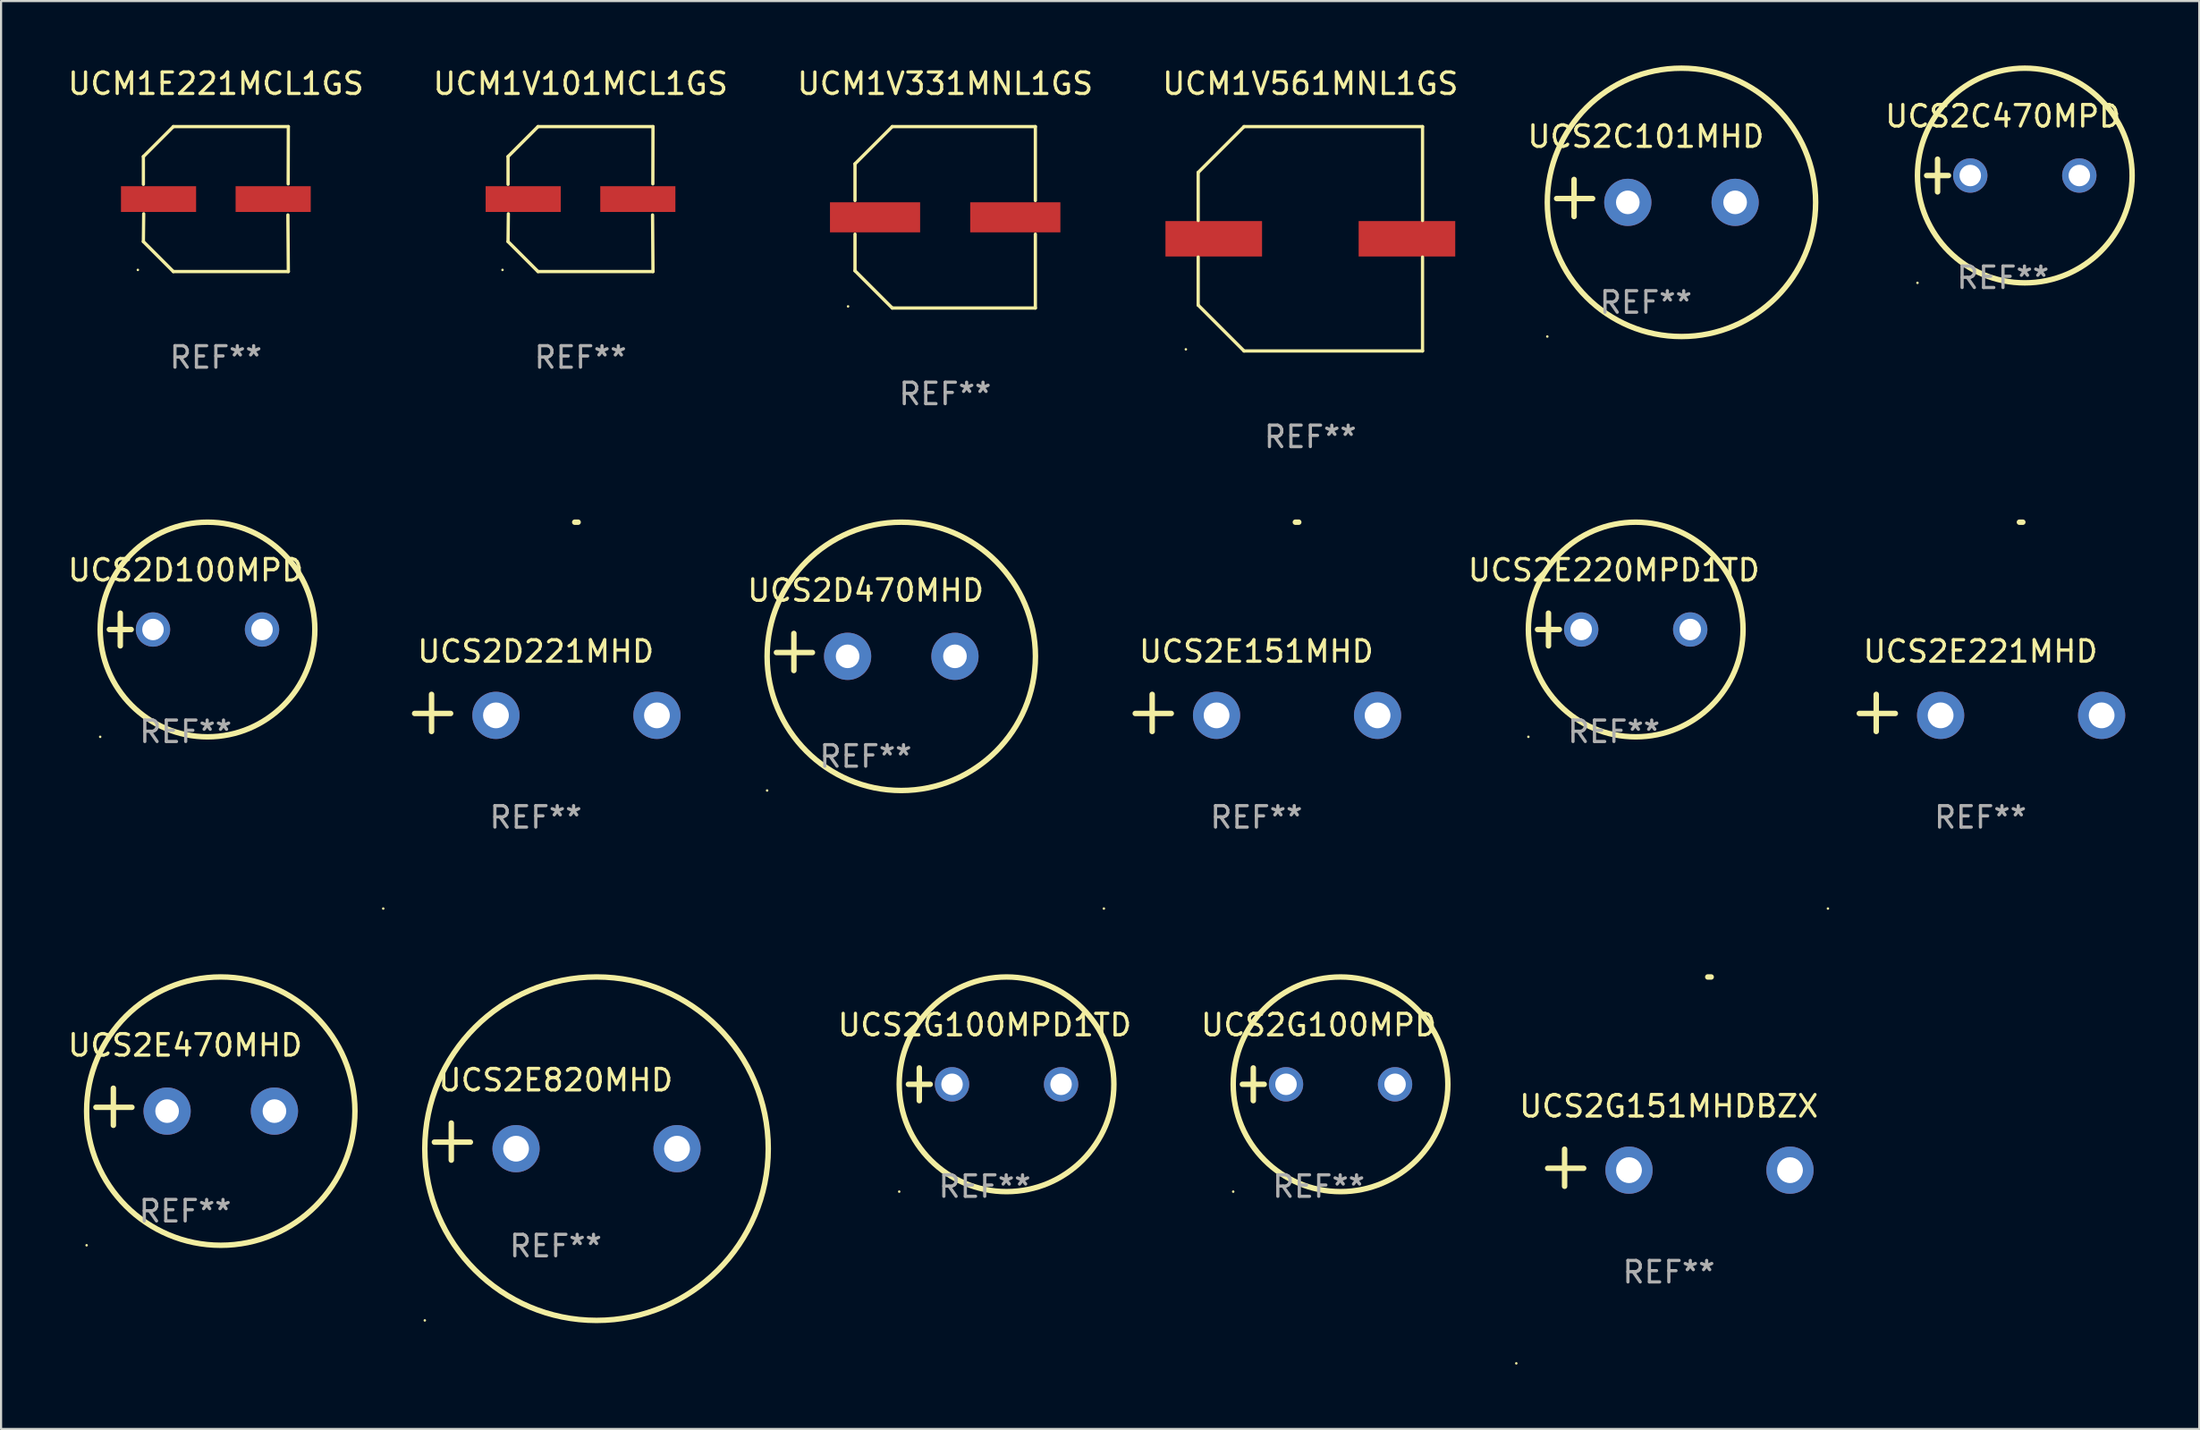
<source format=kicad_pcb>
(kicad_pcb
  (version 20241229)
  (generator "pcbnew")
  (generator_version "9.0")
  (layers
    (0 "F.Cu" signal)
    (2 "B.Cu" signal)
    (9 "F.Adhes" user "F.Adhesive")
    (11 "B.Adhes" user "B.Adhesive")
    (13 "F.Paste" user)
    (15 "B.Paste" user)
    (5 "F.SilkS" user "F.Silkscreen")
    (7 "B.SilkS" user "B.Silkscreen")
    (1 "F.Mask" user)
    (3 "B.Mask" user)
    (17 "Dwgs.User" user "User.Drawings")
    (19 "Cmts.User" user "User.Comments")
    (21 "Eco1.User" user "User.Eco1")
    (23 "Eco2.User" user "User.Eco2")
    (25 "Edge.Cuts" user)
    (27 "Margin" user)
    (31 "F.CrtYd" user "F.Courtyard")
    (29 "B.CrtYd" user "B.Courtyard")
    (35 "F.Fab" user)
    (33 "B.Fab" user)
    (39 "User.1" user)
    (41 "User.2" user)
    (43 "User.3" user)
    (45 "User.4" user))
  (footprint "UCM1V101MCL1GS"
    (layer "F.Cu")
    (at 23.994 6.224)
    (property "Reference" "UCM1V101MCL1GS" (at 0 -5.376 0) (layer "F.SilkS") (effects (font (size 1 1) (thickness 0.15))))
    (attr through_hole)
    (fp_line (start -3.376 -1.98) (end -3.376 -0.686) (stroke (width 0.152) (type solid)) (layer "F.SilkS"))
    (fp_line (start -3.376 1.981) (end -3.362 0.686) (stroke (width 0.152) (type solid)) (layer "F.SilkS"))
    (fp_line (start -1.981 3.376) (end -3.376 1.981) (stroke (width 0.152) (type solid)) (layer "F.SilkS"))
    (fp_line (start -1.98 -3.376) (end -3.376 -1.98) (stroke (width 0.152) (type solid)) (layer "F.SilkS"))
    (fp_line (start 3.356 0.74) (end 3.376 3.376) (stroke (width 0.152) (type solid)) (layer "F.SilkS"))
    (fp_line (start 3.369 -0.707) (end 3.376 -3.376) (stroke (width 0.152) (type solid)) (layer "F.SilkS"))
    (fp_line (start 3.376 3.376) (end -1.981 3.376) (stroke (width 0.152) (type solid)) (layer "F.SilkS"))
    (fp_line (start 3.376 -3.376) (end -1.98 -3.376) (stroke (width 0.152) (type solid)) (layer "F.SilkS"))
    (fp_circle (center -3.634 3.3) (end -3.604 3.3) (stroke (width 0.06) (type solid)) (fill no) (layer "F.SilkS"))
    (fp_text user "REF**" (at 0 7.376 0) (layer "F.Fab") (effects (font (size 1 1) (thickness 0.15))))
    (pad "1" smd rect (at -2.67 0.000254) (size 3.5 1.2) (layers "F.Cu" "F.Mask" "F.Paste"))
    (pad "2" smd rect (at 2.67 0.000254) (size 3.5 1.2) (layers "F.Cu" "F.Mask" "F.Paste")))
  (footprint "UCS2D100MPD"
    (layer "F.Cu")
    (at 5.601 26.276)
    (property "Reference" "UCS2D100MPD" (at 0 -2.762 0) (layer "F.SilkS") (effects (font (size 1 1) (thickness 0.15))))
    (attr through_hole)
    (fp_line (start -3.556 0) (end -2.54 0) (stroke (width 0.254) (type solid)) (layer "F.SilkS"))
    (fp_line (start -3.048 -0.762) (end -3.048 0.762) (stroke (width 0.254) (type solid)) (layer "F.SilkS"))
    (fp_circle (center -3.984 5) (end -3.954 5) (stroke (width 0.06) (type solid)) (fill no) (layer "F.SilkS"))
    (fp_circle (center 1.016 0) (end 6.016 0) (stroke (width 0.254) (type solid)) (fill no) (layer "F.SilkS"))
    (fp_text user "REF**" (at 0 4.762 0) (layer "F.Fab") (effects (font (size 1 1) (thickness 0.15))))
    (pad "1" thru_hole circle (at -1.524 0) (size 1.6 1.6) (drill 1) (layers "*.Cu" "*.Mask"))
    (pad "2" thru_hole circle (at 3.556 0) (size 1.6 1.6) (drill 1) (layers "*.Cu" "*.Mask")))
  (footprint "UCS2E820MHD"
    (layer "F.Cu")
    (at 22.838 50.132)
    (property "Reference" "UCS2E820MHD" (at 0 -2.864 0) (layer "F.SilkS") (effects (font (size 1 1) (thickness 0.15))))
    (attr through_hole)
    (fp_line (start -4.864 0.864) (end -4.864 -0.864) (stroke (width 0.254) (type solid)) (layer "F.SilkS"))
    (fp_line (start -3.975 0.025) (end -5.652 0.025) (stroke (width 0.254) (type solid)) (layer "F.SilkS"))
    (fp_circle (center -6.098 8.33) (end -6.068 8.33) (stroke (width 0.06) (type solid)) (fill no) (layer "F.SilkS"))
    (fp_circle (center 1.902 0.33) (end 9.902 0.33) (stroke (width 0.254) (type solid)) (fill no) (layer "F.SilkS"))
    (fp_text user "REF**" (at 0 4.864 0) (layer "F.Fab") (effects (font (size 1 1) (thickness 0.15))))
    (pad "1" thru_hole circle (at -1.848 0.33) (size 2.2 2.2) (drill 1.2) (layers "*.Cu" "*.Mask"))
    (pad "2" thru_hole circle (at 5.652 0.33) (size 2.2 2.2) (drill 1.2) (layers "*.Cu" "*.Mask")))
  (footprint "UCS2D221MHD"
    (layer "F.Cu")
    (at 21.91 30.162)
    (property "Reference" "UCS2D221MHD" (at 0 -2.864 0) (layer "F.SilkS") (effects (font (size 1 1) (thickness 0.15))))
    (attr through_hole)
    (fp_line (start -4.856 0.864) (end -4.856 -0.864) (stroke (width 0.254) (type solid)) (layer "F.SilkS"))
    (fp_line (start -3.967 0.025) (end -5.644 0.025) (stroke (width 0.254) (type solid)) (layer "F.SilkS"))
    (fp_arc (start 1.815024 -8.885649) (mid 1.893764 -8.88599) (end 1.972504 -8.885649) (stroke (width 0.254001) (type solid)) (layer "F.SilkS"))
    (fp_circle (center -7.106 9.114) (end -7.076 9.114) (stroke (width 0.06) (type solid)) (fill no) (layer "F.SilkS"))
    (fp_text user "REF**" (at 0 4.864 0) (layer "F.Fab") (effects (font (size 1 1) (thickness 0.15))))
    (pad "1" thru_hole circle (at -1.856 0.114) (size 2.2 2.2) (drill 1.2) (layers "*.Cu" "*.Mask"))
    (pad "2" thru_hole circle (at 5.644 0.114) (size 2.2 2.2) (drill 1.2) (layers "*.Cu" "*.Mask")))
  (footprint "UCS2G100MPD"
    (layer "F.Cu")
    (at 58.384 47.463)
    (property "Reference" "UCS2G100MPD" (at 0 -2.762 0) (layer "F.SilkS") (effects (font (size 1 1) (thickness 0.15))))
    (attr through_hole)
    (fp_line (start -3.556 0) (end -2.54 0) (stroke (width 0.254) (type solid)) (layer "F.SilkS"))
    (fp_line (start -3.048 -0.762) (end -3.048 0.762) (stroke (width 0.254) (type solid)) (layer "F.SilkS"))
    (fp_circle (center -3.984 5) (end -3.954 5) (stroke (width 0.06) (type solid)) (fill no) (layer "F.SilkS"))
    (fp_circle (center 1.016 0) (end 6.016 0) (stroke (width 0.254) (type solid)) (fill no) (layer "F.SilkS"))
    (fp_text user "REF**" (at 0 4.762 0) (layer "F.Fab") (effects (font (size 1 1) (thickness 0.15))))
    (pad "1" thru_hole circle (at -1.524 0) (size 1.6 1.6) (drill 1) (layers "*.Cu" "*.Mask"))
    (pad "2" thru_hole circle (at 3.556 0) (size 1.6 1.6) (drill 1) (layers "*.Cu" "*.Mask")))
  (footprint "UCM1V331MNL1GS"
    (layer "F.Cu")
    (at 40.982 7.074)
    (property "Reference" "UCM1V331MNL1GS" (at 0 -6.226 0) (layer "F.SilkS") (effects (font (size 1 1) (thickness 0.15))))
    (attr through_hole)
    (fp_line (start -4.201 -2.49) (end -4.201 -0.782) (stroke (width 0.152) (type solid)) (layer "F.SilkS"))
    (fp_line (start -4.201 2.49) (end -4.201 0.782) (stroke (width 0.152) (type solid)) (layer "F.SilkS"))
    (fp_line (start -2.465 -4.226) (end -4.201 -2.49) (stroke (width 0.152) (type solid)) (layer "F.SilkS"))
    (fp_line (start -2.465 4.226) (end -4.201 2.49) (stroke (width 0.152) (type solid)) (layer "F.SilkS"))
    (fp_line (start 4.201 -4.226) (end -2.465 -4.226) (stroke (width 0.152) (type solid)) (layer "F.SilkS"))
    (fp_line (start 4.201 -0.782) (end 4.201 -4.226) (stroke (width 0.152) (type solid)) (layer "F.SilkS"))
    (fp_line (start 4.201 0.782) (end 4.201 4.226) (stroke (width 0.152) (type solid)) (layer "F.SilkS"))
    (fp_line (start 4.201 4.226) (end -2.465 4.226) (stroke (width 0.152) (type solid)) (layer "F.SilkS"))
    (fp_circle (center -4.524 4.15) (end -4.494 4.15) (stroke (width 0.06) (type solid)) (fill no) (layer "F.SilkS"))
    (fp_text user "REF**" (at 0 8.226 0) (layer "F.Fab") (effects (font (size 1 1) (thickness 0.15))))
    (pad "1" smd rect (at -3.267 0) (size 4.2 1.4) (layers "F.Cu" "F.Mask" "F.Paste"))
    (pad "2" smd rect (at 3.267 0) (size 4.2 1.4) (layers "F.Cu" "F.Mask" "F.Paste")))
  (footprint "UCM1V561MNL1GS"
    (layer "F.Cu")
    (at 57.994 8.074)
    (property "Reference" "UCM1V561MNL1GS" (at 0 -7.226 0) (layer "F.SilkS") (effects (font (size 1 1) (thickness 0.15))))
    (attr through_hole)
    (fp_line (start -5.226 -3.09) (end -5.226 -0.852) (stroke (width 0.152) (type solid)) (layer "F.SilkS"))
    (fp_line (start -5.226 3.09) (end -5.226 0.852) (stroke (width 0.152) (type solid)) (layer "F.SilkS"))
    (fp_line (start -3.09 -5.226) (end -5.226 -3.09) (stroke (width 0.152) (type solid)) (layer "F.SilkS"))
    (fp_line (start -3.09 5.226) (end -5.226 3.09) (stroke (width 0.152) (type solid)) (layer "F.SilkS"))
    (fp_line (start 5.226 -5.226) (end -3.09 -5.226) (stroke (width 0.152) (type solid)) (layer "F.SilkS"))
    (fp_line (start 5.226 -0.852) (end 5.226 -5.226) (stroke (width 0.152) (type solid)) (layer "F.SilkS"))
    (fp_line (start 5.226 0.852) (end 5.226 5.226) (stroke (width 0.152) (type solid)) (layer "F.SilkS"))
    (fp_line (start 5.226 5.226) (end -3.09 5.226) (stroke (width 0.152) (type solid)) (layer "F.SilkS"))
    (fp_circle (center -5.8 5.15) (end -5.77 5.15) (stroke (width 0.06) (type solid)) (fill no) (layer "F.SilkS"))
    (fp_text user "REF**" (at 0 9.226 0) (layer "F.Fab") (effects (font (size 1 1) (thickness 0.15))))
    (pad "1" smd rect (at -4.5 0) (size 4.5 1.65) (layers "F.Cu" "F.Mask" "F.Paste"))
    (pad "2" smd rect (at 4.5 0) (size 4.5 1.65) (layers "F.Cu" "F.Mask" "F.Paste")))
  (footprint "UCS2E151MHD"
    (layer "F.Cu")
    (at 55.481 30.162)
    (property "Reference" "UCS2E151MHD" (at 0 -2.864 0) (layer "F.SilkS") (effects (font (size 1 1) (thickness 0.15))))
    (attr through_hole)
    (fp_line (start -4.856 0.864) (end -4.856 -0.864) (stroke (width 0.254) (type solid)) (layer "F.SilkS"))
    (fp_line (start -3.967 0.025) (end -5.644 0.025) (stroke (width 0.254) (type solid)) (layer "F.SilkS"))
    (fp_arc (start 1.815024 -8.885649) (mid 1.893764 -8.88599) (end 1.972504 -8.885649) (stroke (width 0.254001) (type solid)) (layer "F.SilkS"))
    (fp_circle (center -7.106 9.114) (end -7.076 9.114) (stroke (width 0.06) (type solid)) (fill no) (layer "F.SilkS"))
    (fp_text user "REF**" (at 0 4.864 0) (layer "F.Fab") (effects (font (size 1 1) (thickness 0.15))))
    (pad "1" thru_hole circle (at -1.856 0.114) (size 2.2 2.2) (drill 1.2) (layers "*.Cu" "*.Mask"))
    (pad "2" thru_hole circle (at 5.644 0.114) (size 2.2 2.2) (drill 1.2) (layers "*.Cu" "*.Mask")))
  (footprint "UCS2C470MPD"
    (layer "F.Cu")
    (at 90.261 5.127)
    (property "Reference" "UCS2C470MPD" (at 0 -2.762 0) (layer "F.SilkS") (effects (font (size 1 1) (thickness 0.15))))
    (attr through_hole)
    (fp_line (start -3.556 0) (end -2.54 0) (stroke (width 0.254) (type solid)) (layer "F.SilkS"))
    (fp_line (start -3.048 -0.762) (end -3.048 0.762) (stroke (width 0.254) (type solid)) (layer "F.SilkS"))
    (fp_circle (center -3.984 5) (end -3.954 5) (stroke (width 0.06) (type solid)) (fill no) (layer "F.SilkS"))
    (fp_circle (center 1.016 0) (end 6.016 0) (stroke (width 0.254) (type solid)) (fill no) (layer "F.SilkS"))
    (fp_text user "REF**" (at 0 4.762 0) (layer "F.Fab") (effects (font (size 1 1) (thickness 0.15))))
    (pad "1" thru_hole circle (at -1.524 0) (size 1.6 1.6) (drill 1) (layers "*.Cu" "*.Mask"))
    (pad "2" thru_hole circle (at 3.556 0) (size 1.6 1.6) (drill 1) (layers "*.Cu" "*.Mask")))
  (footprint "UCS2E221MHD"
    (layer "F.Cu")
    (at 89.212 30.162)
    (property "Reference" "UCS2E221MHD" (at 0 -2.864 0) (layer "F.SilkS") (effects (font (size 1 1) (thickness 0.15))))
    (attr through_hole)
    (fp_line (start -4.856 0.864) (end -4.856 -0.864) (stroke (width 0.254) (type solid)) (layer "F.SilkS"))
    (fp_line (start -3.967 0.025) (end -5.644 0.025) (stroke (width 0.254) (type solid)) (layer "F.SilkS"))
    (fp_arc (start 1.815024 -8.885649) (mid 1.893764 -8.88599) (end 1.972504 -8.885649) (stroke (width 0.254001) (type solid)) (layer "F.SilkS"))
    (fp_circle (center -7.106 9.114) (end -7.076 9.114) (stroke (width 0.06) (type solid)) (fill no) (layer "F.SilkS"))
    (fp_text user "REF**" (at 0 4.864 0) (layer "F.Fab") (effects (font (size 1 1) (thickness 0.15))))
    (pad "1" thru_hole circle (at -1.856 0.114) (size 2.2 2.2) (drill 1.2) (layers "*.Cu" "*.Mask"))
    (pad "2" thru_hole circle (at 5.644 0.114) (size 2.2 2.2) (drill 1.2) (layers "*.Cu" "*.Mask")))
  (footprint "UCS2E470MHD"
    (layer "F.Cu")
    (at 5.577 48.509)
    (property "Reference" "UCS2E470MHD" (at 0 -2.864 0) (layer "F.SilkS") (effects (font (size 1 1) (thickness 0.15))))
    (attr through_hole)
    (fp_line (start -3.346 0.864) (end -3.346 -0.864) (stroke (width 0.254) (type solid)) (layer "F.SilkS"))
    (fp_line (start -2.482 0.025) (end -4.158 0.025) (stroke (width 0.254) (type solid)) (layer "F.SilkS"))
    (fp_circle (center -4.592 6.453) (end -4.562 6.453) (stroke (width 0.06) (type solid)) (fill no) (layer "F.SilkS"))
    (fp_circle (center 1.658 0.203) (end 7.908 0.203) (stroke (width 0.254) (type solid)) (fill no) (layer "F.SilkS"))
    (fp_text user "REF**" (at 0 4.864 0) (layer "F.Fab") (effects (font (size 1 1) (thickness 0.15))))
    (pad "1" thru_hole circle (at -0.842 0.203) (size 2.2 2.2) (drill 1.1) (layers "*.Cu" "*.Mask"))
    (pad "2" thru_hole circle (at 4.158 0.203) (size 2.2 2.2) (drill 1.1) (layers "*.Cu" "*.Mask")))
  (footprint "UCS2C101MHD"
    (layer "F.Cu")
    (at 73.625 6.174)
    (property "Reference" "UCS2C101MHD" (at 0 -2.864 0) (layer "F.SilkS") (effects (font (size 1 1) (thickness 0.15))))
    (attr through_hole)
    (fp_line (start -3.346 0.864) (end -3.346 -0.864) (stroke (width 0.254) (type solid)) (layer "F.SilkS"))
    (fp_line (start -2.482 0.025) (end -4.158 0.025) (stroke (width 0.254) (type solid)) (layer "F.SilkS"))
    (fp_circle (center -4.592 6.453) (end -4.562 6.453) (stroke (width 0.06) (type solid)) (fill no) (layer "F.SilkS"))
    (fp_circle (center 1.658 0.203) (end 7.908 0.203) (stroke (width 0.254) (type solid)) (fill no) (layer "F.SilkS"))
    (fp_text user "REF**" (at 0 4.864 0) (layer "F.Fab") (effects (font (size 1 1) (thickness 0.15))))
    (pad "1" thru_hole circle (at -0.842 0.203) (size 2.2 2.2) (drill 1.1) (layers "*.Cu" "*.Mask"))
    (pad "2" thru_hole circle (at 4.158 0.203) (size 2.2 2.2) (drill 1.1) (layers "*.Cu" "*.Mask")))
  (footprint "UCM1E221MCL1GS"
    (layer "F.Cu")
    (at 7.006 6.224)
    (property "Reference" "UCM1E221MCL1GS" (at 0 -5.376 0) (layer "F.SilkS") (effects (font (size 1 1) (thickness 0.15))))
    (attr through_hole)
    (fp_line (start -3.376 -1.98) (end -3.376 -0.686) (stroke (width 0.152) (type solid)) (layer "F.SilkS"))
    (fp_line (start -3.376 1.981) (end -3.362 0.686) (stroke (width 0.152) (type solid)) (layer "F.SilkS"))
    (fp_line (start -1.981 3.376) (end -3.376 1.981) (stroke (width 0.152) (type solid)) (layer "F.SilkS"))
    (fp_line (start -1.98 -3.376) (end -3.376 -1.98) (stroke (width 0.152) (type solid)) (layer "F.SilkS"))
    (fp_line (start 3.356 0.74) (end 3.376 3.376) (stroke (width 0.152) (type solid)) (layer "F.SilkS"))
    (fp_line (start 3.369 -0.707) (end 3.376 -3.376) (stroke (width 0.152) (type solid)) (layer "F.SilkS"))
    (fp_line (start 3.376 3.376) (end -1.981 3.376) (stroke (width 0.152) (type solid)) (layer "F.SilkS"))
    (fp_line (start 3.376 -3.376) (end -1.98 -3.376) (stroke (width 0.152) (type solid)) (layer "F.SilkS"))
    (fp_circle (center -3.634 3.3) (end -3.604 3.3) (stroke (width 0.06) (type solid)) (fill no) (layer "F.SilkS"))
    (fp_text user "REF**" (at 0 7.376 0) (layer "F.Fab") (effects (font (size 1 1) (thickness 0.15))))
    (pad "1" smd rect (at -2.67 0.000254) (size 3.5 1.2) (layers "F.Cu" "F.Mask" "F.Paste"))
    (pad "2" smd rect (at 2.67 0.000254) (size 3.5 1.2) (layers "F.Cu" "F.Mask" "F.Paste")))
  (footprint "UCS2G151MHDBZX"
    (layer "F.Cu")
    (at 74.694 51.349)
    (property "Reference" "UCS2G151MHDBZX" (at 0 -2.864 0) (layer "F.SilkS") (effects (font (size 1 1) (thickness 0.15))))
    (attr through_hole)
    (fp_line (start -4.856 0.864) (end -4.856 -0.864) (stroke (width 0.254) (type solid)) (layer "F.SilkS"))
    (fp_line (start -3.967 0.025) (end -5.644 0.025) (stroke (width 0.254) (type solid)) (layer "F.SilkS"))
    (fp_arc (start 1.815024 -8.885649) (mid 1.893764 -8.88599) (end 1.972504 -8.885649) (stroke (width 0.254001) (type solid)) (layer "F.SilkS"))
    (fp_circle (center -7.106 9.114) (end -7.076 9.114) (stroke (width 0.06) (type solid)) (fill no) (layer "F.SilkS"))
    (fp_text user "REF**" (at 0 4.864 0) (layer "F.Fab") (effects (font (size 1 1) (thickness 0.15))))
    (pad "1" thru_hole circle (at -1.856 0.114) (size 2.2 2.2) (drill 1.2) (layers "*.Cu" "*.Mask"))
    (pad "2" thru_hole circle (at 5.644 0.114) (size 2.2 2.2) (drill 1.2) (layers "*.Cu" "*.Mask")))
  (footprint "UCS2D470MHD"
    (layer "F.Cu")
    (at 37.279 27.323)
    (property "Reference" "UCS2D470MHD" (at 0 -2.864 0) (layer "F.SilkS") (effects (font (size 1 1) (thickness 0.15))))
    (attr through_hole)
    (fp_line (start -3.346 0.864) (end -3.346 -0.864) (stroke (width 0.254) (type solid)) (layer "F.SilkS"))
    (fp_line (start -2.482 0.025) (end -4.158 0.025) (stroke (width 0.254) (type solid)) (layer "F.SilkS"))
    (fp_circle (center -4.592 6.453) (end -4.562 6.453) (stroke (width 0.06) (type solid)) (fill no) (layer "F.SilkS"))
    (fp_circle (center 1.658 0.203) (end 7.908 0.203) (stroke (width 0.254) (type solid)) (fill no) (layer "F.SilkS"))
    (fp_text user "REF**" (at 0 4.864 0) (layer "F.Fab") (effects (font (size 1 1) (thickness 0.15))))
    (pad "1" thru_hole circle (at -0.842 0.203) (size 2.2 2.2) (drill 1.1) (layers "*.Cu" "*.Mask"))
    (pad "2" thru_hole circle (at 4.158 0.203) (size 2.2 2.2) (drill 1.1) (layers "*.Cu" "*.Mask")))
  (footprint "UCS2G100MPD1TD"
    (layer "F.Cu")
    (at 42.825 47.463)
    (property "Reference" "UCS2G100MPD1TD" (at 0 -2.762 0) (layer "F.SilkS") (effects (font (size 1 1) (thickness 0.15))))
    (attr through_hole)
    (fp_line (start -3.556 0) (end -2.54 0) (stroke (width 0.254) (type solid)) (layer "F.SilkS"))
    (fp_line (start -3.048 -0.762) (end -3.048 0.762) (stroke (width 0.254) (type solid)) (layer "F.SilkS"))
    (fp_circle (center -3.984 5) (end -3.954 5) (stroke (width 0.06) (type solid)) (fill no) (layer "F.SilkS"))
    (fp_circle (center 1.016 0) (end 6.016 0) (stroke (width 0.254) (type solid)) (fill no) (layer "F.SilkS"))
    (fp_text user "REF**" (at 0 4.762 0) (layer "F.Fab") (effects (font (size 1 1) (thickness 0.15))))
    (pad "1" thru_hole circle (at -1.524 0) (size 1.6 1.6) (drill 1) (layers "*.Cu" "*.Mask"))
    (pad "2" thru_hole circle (at 3.556 0) (size 1.6 1.6) (drill 1) (layers "*.Cu" "*.Mask")))
  (footprint "UCS2E220MPD1TD"
    (layer "F.Cu")
    (at 72.135 26.276)
    (property "Reference" "UCS2E220MPD1TD" (at 0 -2.762 0) (layer "F.SilkS") (effects (font (size 1 1) (thickness 0.15))))
    (attr through_hole)
    (fp_line (start -3.556 0) (end -2.54 0) (stroke (width 0.254) (type solid)) (layer "F.SilkS"))
    (fp_line (start -3.048 -0.762) (end -3.048 0.762) (stroke (width 0.254) (type solid)) (layer "F.SilkS"))
    (fp_circle (center -3.984 5) (end -3.954 5) (stroke (width 0.06) (type solid)) (fill no) (layer "F.SilkS"))
    (fp_circle (center 1.016 0) (end 6.016 0) (stroke (width 0.254) (type solid)) (fill no) (layer "F.SilkS"))
    (fp_text user "REF**" (at 0 4.762 0) (layer "F.Fab") (effects (font (size 1 1) (thickness 0.15))))
    (pad "1" thru_hole circle (at -1.524 0) (size 1.6 1.6) (drill 1) (layers "*.Cu" "*.Mask"))
    (pad "2" thru_hole circle (at 3.556 0) (size 1.6 1.6) (drill 1) (layers "*.Cu" "*.Mask")))
  (gr_rect
    (start -3 -3)
    (end 99.404 63.522)
    (stroke (width 0.1) (type default))
    (fill no)
    (layer "Edge.Cuts")))
</source>
